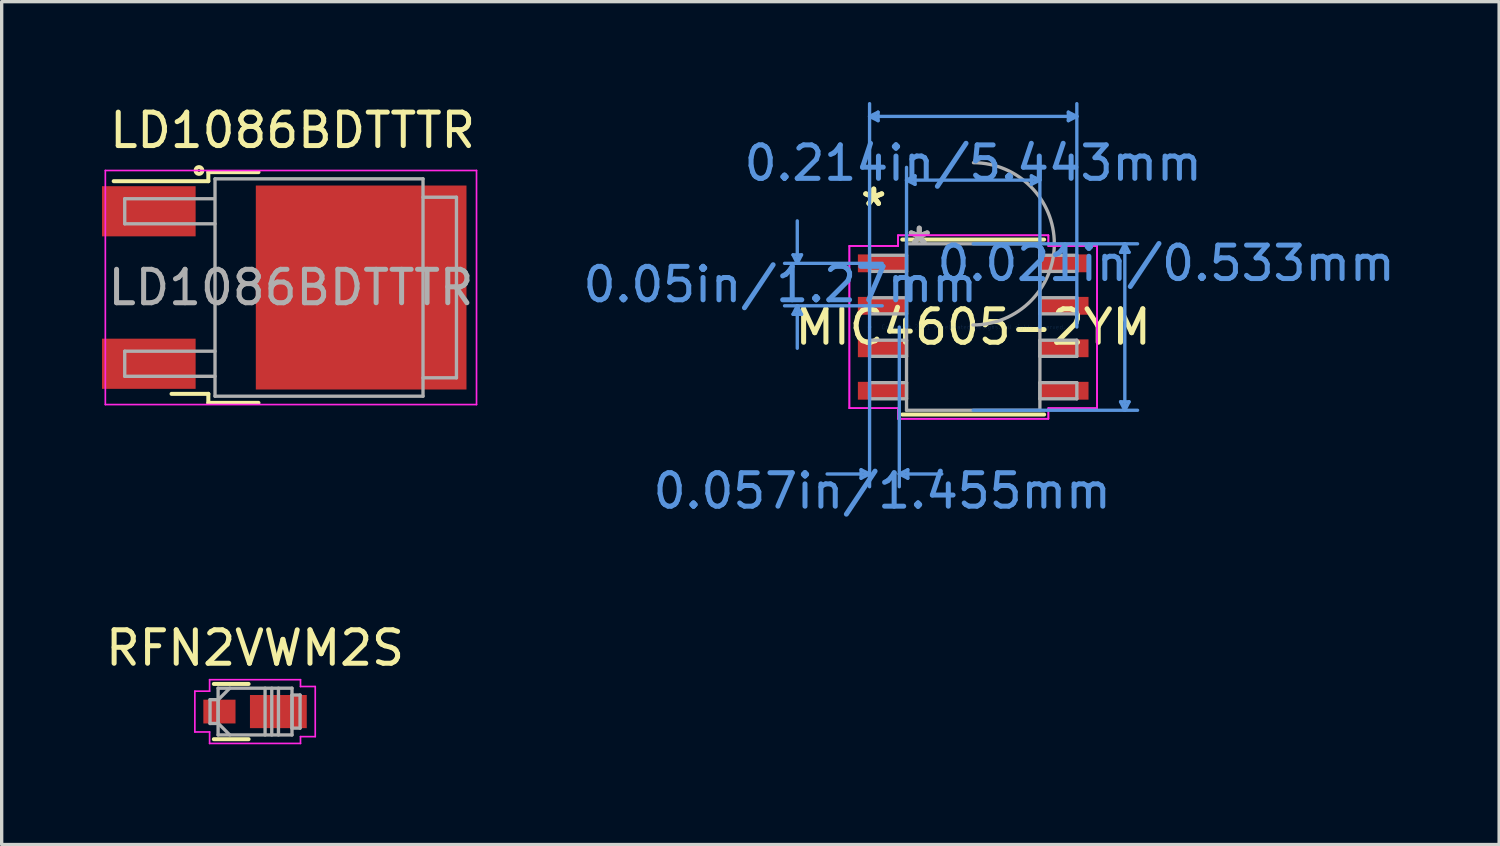
<source format=kicad_pcb>
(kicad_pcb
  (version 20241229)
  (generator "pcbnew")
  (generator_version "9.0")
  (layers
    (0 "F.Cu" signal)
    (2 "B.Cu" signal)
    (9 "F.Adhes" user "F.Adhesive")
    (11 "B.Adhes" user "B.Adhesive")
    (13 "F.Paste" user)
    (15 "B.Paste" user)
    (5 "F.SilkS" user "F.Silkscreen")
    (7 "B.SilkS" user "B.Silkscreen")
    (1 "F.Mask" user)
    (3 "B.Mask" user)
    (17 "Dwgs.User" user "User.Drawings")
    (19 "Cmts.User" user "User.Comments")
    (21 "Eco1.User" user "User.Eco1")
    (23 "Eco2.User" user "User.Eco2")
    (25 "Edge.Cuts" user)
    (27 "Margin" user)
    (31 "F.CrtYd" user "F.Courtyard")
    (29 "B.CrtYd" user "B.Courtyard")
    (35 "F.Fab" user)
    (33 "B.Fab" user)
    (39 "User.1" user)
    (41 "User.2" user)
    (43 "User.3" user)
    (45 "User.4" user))
  (footprint "MIC4605-2YM"
    (layer "F.Cu")
    (at 26.053 6.73)
    (property "Reference" "MIC4605-2YM" (at 0 0 0) (layer "F.SilkS") (effects (font (size 1 1) (thickness 0.15))))
    (attr through_hole)
    (fp_line (start -2.121 2.616) (end 2.121 2.616) (stroke (width 0.12) (type solid)) (layer "F.SilkS"))
    (fp_line (start 2.121 -2.616) (end -2.121 -2.616) (stroke (width 0.12) (type solid)) (layer "F.SilkS"))
    (fp_line (start -5.388 -2.159) (end -5.134 -2.159) (stroke (width 0.1) (type solid)) (layer "Cmts.User"))
    (fp_line (start -5.388 -0.381) (end -5.134 -0.381) (stroke (width 0.1) (type solid)) (layer "Cmts.User"))
    (fp_line (start -5.261 -1.905) (end -5.388 -2.159) (stroke (width 0.1) (type solid)) (layer "Cmts.User"))
    (fp_line (start -5.261 -1.905) (end -5.261 -3.175) (stroke (width 0.1) (type solid)) (layer "Cmts.User"))
    (fp_line (start -5.261 -1.905) (end -5.134 -2.159) (stroke (width 0.1) (type solid)) (layer "Cmts.User"))
    (fp_line (start -5.261 -0.635) (end -5.388 -0.381) (stroke (width 0.1) (type solid)) (layer "Cmts.User"))
    (fp_line (start -5.261 -0.635) (end -5.261 0.635) (stroke (width 0.1) (type solid)) (layer "Cmts.User"))
    (fp_line (start -5.261 -0.635) (end -5.134 -0.381) (stroke (width 0.1) (type solid)) (layer "Cmts.User"))
    (fp_line (start -3.353 4.267) (end -3.353 4.521) (stroke (width 0.1) (type solid)) (layer "Cmts.User"))
    (fp_line (start -3.099 -6.299) (end -2.845 -6.426) (stroke (width 0.1) (type solid)) (layer "Cmts.User"))
    (fp_line (start -3.099 -6.299) (end -2.845 -6.172) (stroke (width 0.1) (type solid)) (layer "Cmts.User"))
    (fp_line (start -3.099 -6.299) (end 3.099 -6.299) (stroke (width 0.1) (type solid)) (layer "Cmts.User"))
    (fp_line (start -3.099 0) (end -3.099 -6.68) (stroke (width 0.1) (type solid)) (layer "Cmts.User"))
    (fp_line (start -3.099 0) (end -3.099 4.775) (stroke (width 0.1) (type solid)) (layer "Cmts.User"))
    (fp_line (start -3.099 4.394) (end -4.369 4.394) (stroke (width 0.1) (type solid)) (layer "Cmts.User"))
    (fp_line (start -3.099 4.394) (end -3.353 4.267) (stroke (width 0.1) (type solid)) (layer "Cmts.User"))
    (fp_line (start -3.099 4.394) (end -3.353 4.521) (stroke (width 0.1) (type solid)) (layer "Cmts.User"))
    (fp_line (start -2.845 -6.426) (end -2.845 -6.172) (stroke (width 0.1) (type solid)) (layer "Cmts.User"))
    (fp_line (start -2.721 -1.905) (end -5.642 -1.905) (stroke (width 0.1) (type solid)) (layer "Cmts.User"))
    (fp_line (start -2.721 -0.635) (end -5.642 -0.635) (stroke (width 0.1) (type solid)) (layer "Cmts.User"))
    (fp_line (start -2.21 0) (end -2.21 4.775) (stroke (width 0.1) (type solid)) (layer "Cmts.User"))
    (fp_line (start -2.21 4.394) (end -1.956 4.267) (stroke (width 0.1) (type solid)) (layer "Cmts.User"))
    (fp_line (start -2.21 4.394) (end -1.956 4.521) (stroke (width 0.1) (type solid)) (layer "Cmts.User"))
    (fp_line (start -2.21 4.394) (end -0.94 4.394) (stroke (width 0.1) (type solid)) (layer "Cmts.User"))
    (fp_line (start -1.994 -4.394) (end -1.74 -4.521) (stroke (width 0.1) (type solid)) (layer "Cmts.User"))
    (fp_line (start -1.994 -4.394) (end -1.74 -4.267) (stroke (width 0.1) (type solid)) (layer "Cmts.User"))
    (fp_line (start -1.994 -4.394) (end 1.994 -4.394) (stroke (width 0.1) (type solid)) (layer "Cmts.User"))
    (fp_line (start -1.994 0) (end -1.994 -4.775) (stroke (width 0.1) (type solid)) (layer "Cmts.User"))
    (fp_line (start -1.956 4.267) (end -1.956 4.521) (stroke (width 0.1) (type solid)) (layer "Cmts.User"))
    (fp_line (start -1.74 -4.521) (end -1.74 -4.267) (stroke (width 0.1) (type solid)) (layer "Cmts.User"))
    (fp_line (start 0 -2.489) (end 4.915 -2.489) (stroke (width 0.1) (type solid)) (layer "Cmts.User"))
    (fp_line (start 0 2.489) (end 4.915 2.489) (stroke (width 0.1) (type solid)) (layer "Cmts.User"))
    (fp_line (start 1.74 -4.521) (end 1.74 -4.267) (stroke (width 0.1) (type solid)) (layer "Cmts.User"))
    (fp_line (start 1.994 -4.394) (end 1.74 -4.521) (stroke (width 0.1) (type solid)) (layer "Cmts.User"))
    (fp_line (start 1.994 -4.394) (end 1.74 -4.267) (stroke (width 0.1) (type solid)) (layer "Cmts.User"))
    (fp_line (start 1.994 0) (end 1.994 -4.775) (stroke (width 0.1) (type solid)) (layer "Cmts.User"))
    (fp_line (start 2.845 -6.426) (end 2.845 -6.172) (stroke (width 0.1) (type solid)) (layer "Cmts.User"))
    (fp_line (start 3.099 -6.299) (end 2.845 -6.426) (stroke (width 0.1) (type solid)) (layer "Cmts.User"))
    (fp_line (start 3.099 -6.299) (end 2.845 -6.172) (stroke (width 0.1) (type solid)) (layer "Cmts.User"))
    (fp_line (start 3.099 0) (end 3.099 -6.68) (stroke (width 0.1) (type solid)) (layer "Cmts.User"))
    (fp_line (start 4.407 -2.235) (end 4.661 -2.235) (stroke (width 0.1) (type solid)) (layer "Cmts.User"))
    (fp_line (start 4.407 2.235) (end 4.661 2.235) (stroke (width 0.1) (type solid)) (layer "Cmts.User"))
    (fp_line (start 4.534 -2.489) (end 4.407 -2.235) (stroke (width 0.1) (type solid)) (layer "Cmts.User"))
    (fp_line (start 4.534 -2.489) (end 4.534 2.489) (stroke (width 0.1) (type solid)) (layer "Cmts.User"))
    (fp_line (start 4.534 -2.489) (end 4.661 -2.235) (stroke (width 0.1) (type solid)) (layer "Cmts.User"))
    (fp_line (start 4.534 2.489) (end 4.407 2.235) (stroke (width 0.1) (type solid)) (layer "Cmts.User"))
    (fp_line (start 4.534 2.489) (end 4.661 2.235) (stroke (width 0.1) (type solid)) (layer "Cmts.User"))
    (fp_line (start -3.703 -2.425) (end -2.248 -2.425) (stroke (width 0.05) (type solid)) (layer "F.CrtYd"))
    (fp_line (start -3.703 -2.425) (end -2.248 -2.425) (stroke (width 0.05) (type solid)) (layer "F.CrtYd"))
    (fp_line (start -3.703 2.425) (end -3.703 -2.425) (stroke (width 0.05) (type solid)) (layer "F.CrtYd"))
    (fp_line (start -3.703 2.425) (end -3.703 -2.425) (stroke (width 0.05) (type solid)) (layer "F.CrtYd"))
    (fp_line (start -3.703 2.425) (end -2.248 2.425) (stroke (width 0.05) (type solid)) (layer "F.CrtYd"))
    (fp_line (start -2.248 -2.743) (end 2.248 -2.743) (stroke (width 0.05) (type solid)) (layer "F.CrtYd"))
    (fp_line (start -2.248 -2.743) (end 2.248 -2.743) (stroke (width 0.05) (type solid)) (layer "F.CrtYd"))
    (fp_line (start -2.248 -2.425) (end -2.248 -2.743) (stroke (width 0.05) (type solid)) (layer "F.CrtYd"))
    (fp_line (start -2.248 -2.425) (end -2.248 -2.743) (stroke (width 0.05) (type solid)) (layer "F.CrtYd"))
    (fp_line (start -2.248 2.425) (end -3.703 2.425) (stroke (width 0.05) (type solid)) (layer "F.CrtYd"))
    (fp_line (start -2.248 2.743) (end -2.248 2.425) (stroke (width 0.05) (type solid)) (layer "F.CrtYd"))
    (fp_line (start -2.248 2.743) (end -2.248 2.425) (stroke (width 0.05) (type solid)) (layer "F.CrtYd"))
    (fp_line (start 2.248 -2.743) (end 2.248 -2.425) (stroke (width 0.05) (type solid)) (layer "F.CrtYd"))
    (fp_line (start 2.248 -2.743) (end 2.248 -2.425) (stroke (width 0.05) (type solid)) (layer "F.CrtYd"))
    (fp_line (start 2.248 -2.425) (end 3.703 -2.425) (stroke (width 0.05) (type solid)) (layer "F.CrtYd"))
    (fp_line (start 2.248 2.425) (end 2.248 2.743) (stroke (width 0.05) (type solid)) (layer "F.CrtYd"))
    (fp_line (start 2.248 2.425) (end 2.248 2.743) (stroke (width 0.05) (type solid)) (layer "F.CrtYd"))
    (fp_line (start 2.248 2.743) (end -2.248 2.743) (stroke (width 0.05) (type solid)) (layer "F.CrtYd"))
    (fp_line (start 2.248 2.743) (end -2.248 2.743) (stroke (width 0.05) (type solid)) (layer "F.CrtYd"))
    (fp_line (start 3.703 -2.425) (end 2.248 -2.425) (stroke (width 0.05) (type solid)) (layer "F.CrtYd"))
    (fp_line (start 3.703 -2.425) (end 3.703 2.425) (stroke (width 0.05) (type solid)) (layer "F.CrtYd"))
    (fp_line (start 3.703 -2.425) (end 3.703 2.425) (stroke (width 0.05) (type solid)) (layer "F.CrtYd"))
    (fp_line (start 3.703 2.425) (end 2.248 2.425) (stroke (width 0.05) (type solid)) (layer "F.CrtYd"))
    (fp_line (start 3.703 2.425) (end 2.248 2.425) (stroke (width 0.05) (type solid)) (layer "F.CrtYd"))
    (fp_line (start -3.099 -2.146) (end -3.099 -1.664) (stroke (width 0.1) (type solid)) (layer "F.Fab"))
    (fp_line (start -3.099 -1.664) (end -1.994 -1.664) (stroke (width 0.1) (type solid)) (layer "F.Fab"))
    (fp_line (start -3.099 -0.876) (end -3.099 -0.394) (stroke (width 0.1) (type solid)) (layer "F.Fab"))
    (fp_line (start -3.099 -0.394) (end -1.994 -0.394) (stroke (width 0.1) (type solid)) (layer "F.Fab"))
    (fp_line (start -3.099 0.394) (end -3.099 0.876) (stroke (width 0.1) (type solid)) (layer "F.Fab"))
    (fp_line (start -3.099 0.876) (end -1.994 0.876) (stroke (width 0.1) (type solid)) (layer "F.Fab"))
    (fp_line (start -3.099 1.664) (end -3.099 2.146) (stroke (width 0.1) (type solid)) (layer "F.Fab"))
    (fp_line (start -3.099 2.146) (end -1.994 2.146) (stroke (width 0.1) (type solid)) (layer "F.Fab"))
    (fp_line (start -1.994 -2.489) (end -1.994 2.489) (stroke (width 0.1) (type solid)) (layer "F.Fab"))
    (fp_line (start -1.994 -2.146) (end -3.099 -2.146) (stroke (width 0.1) (type solid)) (layer "F.Fab"))
    (fp_line (start -1.994 -1.664) (end -1.994 -2.146) (stroke (width 0.1) (type solid)) (layer "F.Fab"))
    (fp_line (start -1.994 -0.876) (end -3.099 -0.876) (stroke (width 0.1) (type solid)) (layer "F.Fab"))
    (fp_line (start -1.994 -0.394) (end -1.994 -0.876) (stroke (width 0.1) (type solid)) (layer "F.Fab"))
    (fp_line (start -1.994 0.394) (end -3.099 0.394) (stroke (width 0.1) (type solid)) (layer "F.Fab"))
    (fp_line (start -1.994 0.876) (end -1.994 0.394) (stroke (width 0.1) (type solid)) (layer "F.Fab"))
    (fp_line (start -1.994 1.664) (end -3.099 1.664) (stroke (width 0.1) (type solid)) (layer "F.Fab"))
    (fp_line (start -1.994 2.146) (end -1.994 1.664) (stroke (width 0.1) (type solid)) (layer "F.Fab"))
    (fp_line (start -1.994 2.489) (end 1.994 2.489) (stroke (width 0.1) (type solid)) (layer "F.Fab"))
    (fp_line (start 1.994 -2.489) (end -1.994 -2.489) (stroke (width 0.1) (type solid)) (layer "F.Fab"))
    (fp_line (start 1.994 -2.146) (end 1.994 -1.664) (stroke (width 0.1) (type solid)) (layer "F.Fab"))
    (fp_line (start 1.994 -1.664) (end 3.099 -1.664) (stroke (width 0.1) (type solid)) (layer "F.Fab"))
    (fp_line (start 1.994 -0.876) (end 1.994 -0.394) (stroke (width 0.1) (type solid)) (layer "F.Fab"))
    (fp_line (start 1.994 -0.394) (end 3.099 -0.394) (stroke (width 0.1) (type solid)) (layer "F.Fab"))
    (fp_line (start 1.994 0.394) (end 1.994 0.876) (stroke (width 0.1) (type solid)) (layer "F.Fab"))
    (fp_line (start 1.994 0.876) (end 3.099 0.876) (stroke (width 0.1) (type solid)) (layer "F.Fab"))
    (fp_line (start 1.994 1.664) (end 1.994 2.146) (stroke (width 0.1) (type solid)) (layer "F.Fab"))
    (fp_line (start 1.994 2.146) (end 3.099 2.146) (stroke (width 0.1) (type solid)) (layer "F.Fab"))
    (fp_line (start 1.994 2.489) (end 1.994 -2.489) (stroke (width 0.1) (type solid)) (layer "F.Fab"))
    (fp_line (start 3.099 -2.146) (end 1.994 -2.146) (stroke (width 0.1) (type solid)) (layer "F.Fab"))
    (fp_line (start 3.099 -1.664) (end 3.099 -2.146) (stroke (width 0.1) (type solid)) (layer "F.Fab"))
    (fp_line (start 3.099 -0.876) (end 1.994 -0.876) (stroke (width 0.1) (type solid)) (layer "F.Fab"))
    (fp_line (start 3.099 -0.394) (end 3.099 -0.876) (stroke (width 0.1) (type solid)) (layer "F.Fab"))
    (fp_line (start 3.099 0.394) (end 1.994 0.394) (stroke (width 0.1) (type solid)) (layer "F.Fab"))
    (fp_line (start 3.099 0.876) (end 3.099 0.394) (stroke (width 0.1) (type solid)) (layer "F.Fab"))
    (fp_line (start 3.099 1.664) (end 1.994 1.664) (stroke (width 0.1) (type solid)) (layer "F.Fab"))
    (fp_line (start 3.099 2.146) (end 3.099 1.664) (stroke (width 0.1) (type solid)) (layer "F.Fab"))
    (fp_arc (start 0.007742 -4.915174) (mid 2.425974 -2.481458) (end -0.007742 -0.063226) (stroke (width 0.1) (type solid)) (layer "F.Fab"))
    (fp_text user "*" (at -2.975 -3.581 0) (layer "F.SilkS") (effects (font (size 1 1) (thickness 0.15))))
    (fp_text user "*" (at -2.975 -3.581 0) (layer "F.SilkS") (effects (font (size 1 1) (thickness 0.15))))
    (fp_text user "0.057in/1.455mm" (at -2.721 4.902 0) (layer "Cmts.User") (effects (font (size 1 1) (thickness 0.15))))
    (fp_text user "0.214in/5.443mm" (at 0 -4.902 0) (layer "Cmts.User") (effects (font (size 1 1) (thickness 0.15))))
    (fp_text user "0.05in/1.27mm" (at -5.769 -1.27 0) (layer "Cmts.User") (effects (font (size 1 1) (thickness 0.15))))
    (fp_text user "Copyright 2021 Accelerated Designs. All rights reserved." (at 0 0 0) (layer "Cmts.User") (effects (font (size 0.127 0.127) (thickness 0.002))))
    (fp_text user "0.021in/0.533mm" (at 5.769 -1.905 0) (layer "Cmts.User") (effects (font (size 1 1) (thickness 0.15))))
    (fp_text user "*" (at -1.613 -2.413 0) (layer "F.Fab") (effects (font (size 1 1) (thickness 0.15))))
    (fp_text user "*" (at -1.613 -2.413 0) (layer "F.Fab") (effects (font (size 1 1) (thickness 0.15))))
    (pad "1" smd rect (at -2.721 -1.905) (size 1.455 0.533) (layers "F.Cu" "F.Mask" "F.Paste"))
    (pad "2" smd rect (at -2.721 -0.635) (size 1.455 0.533) (layers "F.Cu" "F.Mask" "F.Paste"))
    (pad "3" smd rect (at -2.721 0.635) (size 1.455 0.533) (layers "F.Cu" "F.Mask" "F.Paste"))
    (pad "4" smd rect (at -2.721 1.905) (size 1.455 0.533) (layers "F.Cu" "F.Mask" "F.Paste"))
    (pad "5" smd rect (at 2.721 1.905) (size 1.455 0.533) (layers "F.Cu" "F.Mask" "F.Paste"))
    (pad "6" smd rect (at 2.721 0.635) (size 1.455 0.533) (layers "F.Cu" "F.Mask" "F.Paste"))
    (pad "7" smd rect (at 2.721 -0.635) (size 1.455 0.533) (layers "F.Cu" "F.Mask" "F.Paste"))
    (pad "8" smd rect (at 2.721 -1.905) (size 1.455 0.533) (layers "F.Cu" "F.Mask" "F.Paste")))
  (footprint "LD1086BDTTTR"
    (layer "F.Cu")
    (at 5.7 0.848)
    (property "Reference" "LD1086BDTTTR" (at 0 0 0) (layer "F.SilkS") (effects (font (size 1 1) (thickness 0.15))))
    (attr through_hole)
    (fp_line (start -2.52 1.25) (end -2.52 1.52) (stroke (width 0.12) (type solid)) (layer "F.SilkS"))
    (fp_line (start -2.52 1.52) (end -5.35 1.52) (stroke (width 0.12) (type solid)) (layer "F.SilkS"))
    (fp_line (start -2.52 7.88) (end -3.62 7.88) (stroke (width 0.12) (type solid)) (layer "F.SilkS"))
    (fp_line (start -2.52 8.15) (end -2.52 7.88) (stroke (width 0.12) (type solid)) (layer "F.SilkS"))
    (fp_line (start -1.02 1.25) (end -2.52 1.25) (stroke (width 0.12) (type solid)) (layer "F.SilkS"))
    (fp_line (start -1.02 8.15) (end -2.52 8.15) (stroke (width 0.12) (type solid)) (layer "F.SilkS"))
    (fp_circle (center -2.8 1.2) (end -2.698 1.2) (stroke (width 0.12) (type solid)) (fill no) (layer "F.SilkS"))
    (fp_line (start -5.6 1.2) (end -5.6 8.2) (stroke (width 0.05) (type solid)) (layer "F.CrtYd"))
    (fp_line (start -5.6 8.2) (end 5.5 8.2) (stroke (width 0.05) (type solid)) (layer "F.CrtYd"))
    (fp_line (start 5.5 1.2) (end -5.6 1.2) (stroke (width 0.05) (type solid)) (layer "F.CrtYd"))
    (fp_line (start 5.5 8.2) (end 5.5 1.2) (stroke (width 0.05) (type solid)) (layer "F.CrtYd"))
    (fp_line (start -5.02 2.045) (end -5.02 2.795) (stroke (width 0.1) (type solid)) (layer "F.Fab"))
    (fp_line (start -5.02 2.795) (end -2.32 2.795) (stroke (width 0.1) (type solid)) (layer "F.Fab"))
    (fp_line (start -5.02 6.605) (end -5.02 7.355) (stroke (width 0.1) (type solid)) (layer "F.Fab"))
    (fp_line (start -5.02 7.355) (end -2.32 7.355) (stroke (width 0.1) (type solid)) (layer "F.Fab"))
    (fp_line (start -2.35 2.045) (end -5.02 2.045) (stroke (width 0.1) (type solid)) (layer "F.Fab"))
    (fp_line (start -2.32 1.45) (end 3.9 1.45) (stroke (width 0.1) (type solid)) (layer "F.Fab"))
    (fp_line (start -2.32 6.605) (end -5.02 6.605) (stroke (width 0.1) (type solid)) (layer "F.Fab"))
    (fp_line (start -2.32 7.95) (end -2.32 1.45) (stroke (width 0.1) (type solid)) (layer "F.Fab"))
    (fp_line (start 3.9 1.45) (end 3.9 7.95) (stroke (width 0.1) (type solid)) (layer "F.Fab"))
    (fp_line (start 3.9 2) (end 4.9 2) (stroke (width 0.1) (type solid)) (layer "F.Fab"))
    (fp_line (start 3.9 7.95) (end -2.32 7.95) (stroke (width 0.1) (type solid)) (layer "F.Fab"))
    (fp_line (start 4.9 2) (end 4.9 7.4) (stroke (width 0.1) (type solid)) (layer "F.Fab"))
    (fp_line (start 4.9 7.4) (end 3.9 7.4) (stroke (width 0.1) (type solid)) (layer "F.Fab"))
    (fp_text user "${REFERENCE}" (at -0.05 4.7 0) (layer "F.Fab") (effects (font (size 1 1) (thickness 0.15))))
    (pad "" smd rect (at 0.45 3.15) (size 2.9 2.7) (layers "F.Paste"))
    (pad "" smd rect (at 0.45 6.25) (size 2.9 2.7) (layers "F.Paste"))
    (pad "" smd rect (at 3.65 3.15) (size 2.9 2.7) (layers "F.Paste"))
    (pad "" smd rect (at 3.65 6.25) (size 2.9 2.7) (layers "F.Paste"))
    (pad "1" smd rect (at -4.3 2.42) (size 2.8 1.5) (layers "F.Cu" "F.Mask" "F.Paste"))
    (pad "2" smd rect (at 2.05 4.7) (size 6.3 6.1) (layers "F.Cu" "F.Mask"))
    (pad "3" smd rect (at -4.3 6.98) (size 2.8 1.5) (layers "F.Cu" "F.Mask" "F.Paste")))
  (footprint "RFN2VWM2S"
    (layer "F.Cu")
    (at 4.577 18.229)
    (property "Reference" "RFN2VWM2S" (at 0 -1.9 0) (layer "F.SilkS") (effects (font (size 1 1) (thickness 0.15))))
    (attr through_hole)
    (fp_line (start -1.232 0.826) (end -0.193 0.826) (stroke (width 0.12) (type solid)) (layer "F.SilkS"))
    (fp_line (start -0.193 -0.826) (end -1.232 -0.826) (stroke (width 0.12) (type solid)) (layer "F.SilkS"))
    (fp_line (start -1.8 -0.61) (end -1.359 -0.61) (stroke (width 0.05) (type solid)) (layer "F.CrtYd"))
    (fp_line (start -1.8 0.61) (end -1.8 -0.61) (stroke (width 0.05) (type solid)) (layer "F.CrtYd"))
    (fp_line (start -1.359 -0.953) (end 1.359 -0.953) (stroke (width 0.05) (type solid)) (layer "F.CrtYd"))
    (fp_line (start -1.359 -0.61) (end -1.359 -0.953) (stroke (width 0.05) (type solid)) (layer "F.CrtYd"))
    (fp_line (start -1.359 0.61) (end -1.8 0.61) (stroke (width 0.05) (type solid)) (layer "F.CrtYd"))
    (fp_line (start -1.359 0.953) (end -1.359 0.61) (stroke (width 0.05) (type solid)) (layer "F.CrtYd"))
    (fp_line (start 1.359 -0.953) (end 1.359 -0.749) (stroke (width 0.05) (type solid)) (layer "F.CrtYd"))
    (fp_line (start 1.359 -0.749) (end 1.8 -0.749) (stroke (width 0.05) (type solid)) (layer "F.CrtYd"))
    (fp_line (start 1.359 0.749) (end 1.359 0.953) (stroke (width 0.05) (type solid)) (layer "F.CrtYd"))
    (fp_line (start 1.359 0.953) (end -1.359 0.953) (stroke (width 0.05) (type solid)) (layer "F.CrtYd"))
    (fp_line (start 1.8 -0.749) (end 1.8 0.749) (stroke (width 0.05) (type solid)) (layer "F.CrtYd"))
    (fp_line (start 1.8 0.749) (end 1.359 0.749) (stroke (width 0.05) (type solid)) (layer "F.CrtYd"))
    (fp_line (start -1.346 -0.356) (end -1.346 0.356) (stroke (width 0.1) (type solid)) (layer "F.Fab"))
    (fp_line (start -1.346 0.356) (end -1.105 0.356) (stroke (width 0.1) (type solid)) (layer "F.Fab"))
    (fp_line (start -1.105 -0.699) (end -1.105 0.699) (stroke (width 0.1) (type solid)) (layer "F.Fab"))
    (fp_line (start -1.105 -0.356) (end -1.346 -0.356) (stroke (width 0.1) (type solid)) (layer "F.Fab"))
    (fp_line (start -1.105 -0.349) (end -0.756 -0.699) (stroke (width 0.1) (type solid)) (layer "F.Fab"))
    (fp_line (start -1.105 0.349) (end -0.756 0.699) (stroke (width 0.1) (type solid)) (layer "F.Fab"))
    (fp_line (start -1.105 0.356) (end -1.105 -0.356) (stroke (width 0.1) (type solid)) (layer "F.Fab"))
    (fp_line (start -1.105 0.699) (end 1.105 0.699) (stroke (width 0.1) (type solid)) (layer "F.Fab"))
    (fp_line (start 0.3 -0.7) (end 0.3 0.7) (stroke (width 0.1) (type solid)) (layer "F.Fab"))
    (fp_line (start 0.5 0.7) (end 0.5 -0.7) (stroke (width 0.1) (type solid)) (layer "F.Fab"))
    (fp_line (start 0.7 -0.7) (end 0.7 0.7) (stroke (width 0.1) (type solid)) (layer "F.Fab"))
    (fp_line (start 1.105 -0.699) (end -1.105 -0.699) (stroke (width 0.1) (type solid)) (layer "F.Fab"))
    (fp_line (start 1.105 -0.495) (end 1.105 0.495) (stroke (width 0.1) (type solid)) (layer "F.Fab"))
    (fp_line (start 1.105 0.495) (end 1.346 0.495) (stroke (width 0.1) (type solid)) (layer "F.Fab"))
    (fp_line (start 1.105 0.699) (end 1.105 -0.699) (stroke (width 0.1) (type solid)) (layer "F.Fab"))
    (fp_line (start 1.346 -0.495) (end 1.105 -0.495) (stroke (width 0.1) (type solid)) (layer "F.Fab"))
    (fp_line (start 1.346 0.495) (end 1.346 -0.495) (stroke (width 0.1) (type solid)) (layer "F.Fab"))
    (pad "1" smd rect (at 0.697 0) (size 1.699 0.991) (layers "F.Cu" "F.Mask" "F.Paste"))
    (pad "2" smd rect (at -1.065 0) (size 0.962 0.711) (layers "F.Cu" "F.Mask" "F.Paste")))
  (gr_rect
    (start -3 -3)
    (end 41.78 22.206)
    (stroke (width 0.1) (type default))
    (fill no)
    (layer "Edge.Cuts")))
</source>
